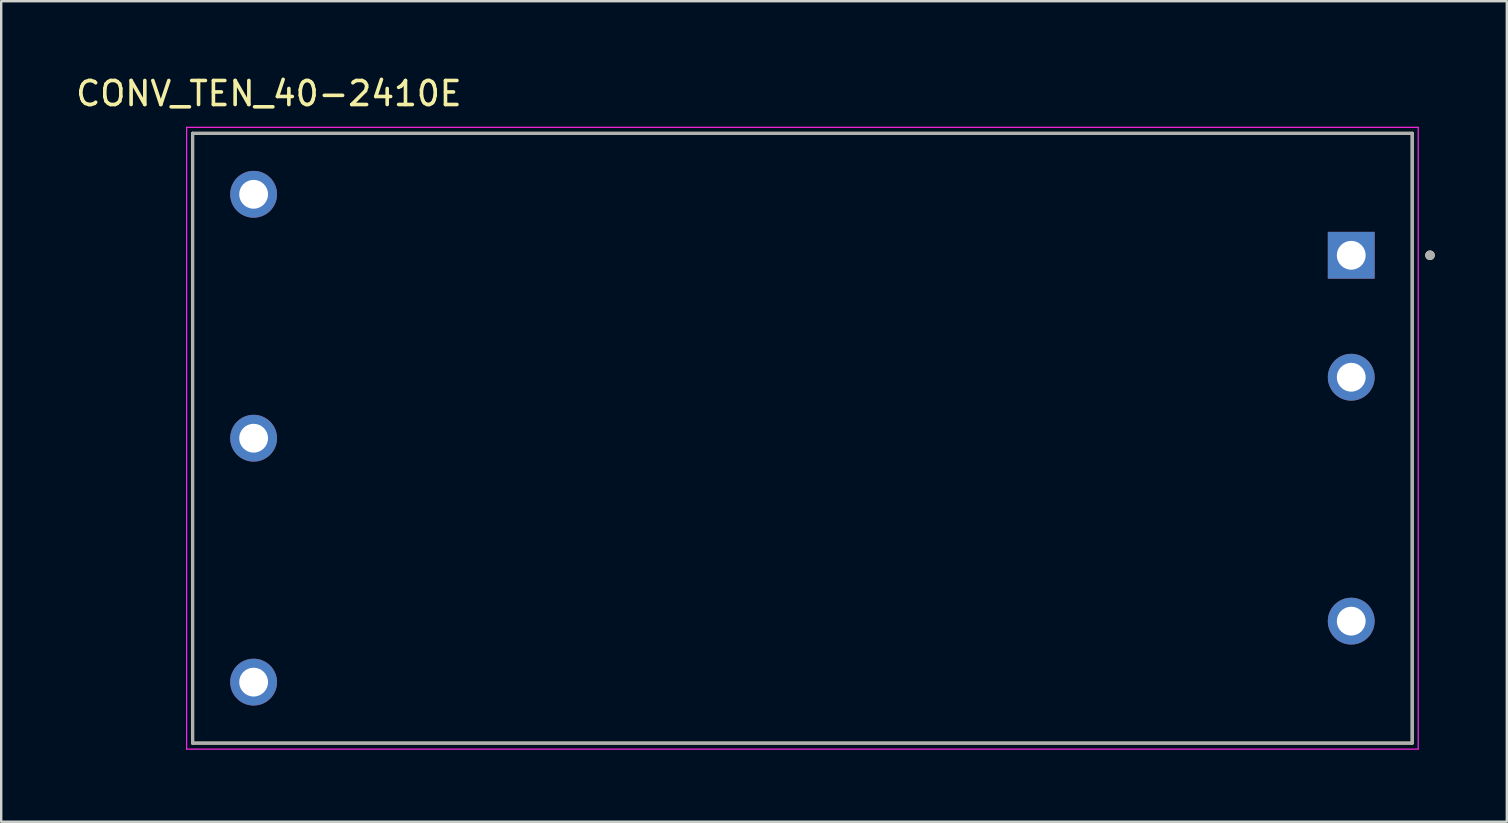
<source format=kicad_pcb>
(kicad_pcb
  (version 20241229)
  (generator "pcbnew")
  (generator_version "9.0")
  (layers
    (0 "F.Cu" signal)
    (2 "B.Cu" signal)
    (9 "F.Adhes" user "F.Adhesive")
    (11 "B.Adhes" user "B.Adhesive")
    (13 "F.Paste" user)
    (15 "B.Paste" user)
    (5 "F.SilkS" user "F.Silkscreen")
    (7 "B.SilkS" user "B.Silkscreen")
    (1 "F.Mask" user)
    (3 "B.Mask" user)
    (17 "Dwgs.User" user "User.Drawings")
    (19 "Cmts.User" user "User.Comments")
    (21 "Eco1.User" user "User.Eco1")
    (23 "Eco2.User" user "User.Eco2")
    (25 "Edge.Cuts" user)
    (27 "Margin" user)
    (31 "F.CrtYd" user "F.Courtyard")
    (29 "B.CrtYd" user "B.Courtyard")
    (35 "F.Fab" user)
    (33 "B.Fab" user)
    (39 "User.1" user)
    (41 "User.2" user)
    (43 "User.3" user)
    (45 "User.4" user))
  (footprint "CONV_TEN_40-2410E"
    (layer "F.Cu")
    (at 30.374 15.203)
    (property "Reference" "CONV_TEN_40-2410E" (at -22.225 -14.355 0) (layer "F.SilkS") (effects (font (size 1 1) (thickness 0.15))))
    (attr through_hole)
    (fp_line (start -25.4 -12.7) (end 25.4 -12.7) (stroke (width 0.127) (type solid)) (layer "F.SilkS"))
    (fp_line (start -25.4 12.7) (end -25.4 -12.7) (stroke (width 0.127) (type solid)) (layer "F.SilkS"))
    (fp_line (start 25.4 -12.7) (end 25.4 12.7) (stroke (width 0.127) (type solid)) (layer "F.SilkS"))
    (fp_line (start 25.4 12.7) (end -25.4 12.7) (stroke (width 0.127) (type solid)) (layer "F.SilkS"))
    (fp_circle (center 26.141 -7.62) (end 26.241 -7.62) (stroke (width 0.2) (type solid)) (fill no) (layer "F.SilkS"))
    (fp_line (start -25.65 -12.95) (end -25.65 12.95) (stroke (width 0.05) (type solid)) (layer "F.CrtYd"))
    (fp_line (start -25.65 12.95) (end 25.65 12.95) (stroke (width 0.05) (type solid)) (layer "F.CrtYd"))
    (fp_line (start 25.65 -12.95) (end -25.65 -12.95) (stroke (width 0.05) (type solid)) (layer "F.CrtYd"))
    (fp_line (start 25.65 12.95) (end 25.65 -12.95) (stroke (width 0.05) (type solid)) (layer "F.CrtYd"))
    (fp_line (start -25.4 -12.7) (end 25.4 -12.7) (stroke (width 0.127) (type solid)) (layer "F.Fab"))
    (fp_line (start -25.4 12.7) (end -25.4 -12.7) (stroke (width 0.127) (type solid)) (layer "F.Fab"))
    (fp_line (start 25.4 -12.7) (end 25.4 12.7) (stroke (width 0.127) (type solid)) (layer "F.Fab"))
    (fp_line (start 25.4 12.7) (end -25.4 12.7) (stroke (width 0.127) (type solid)) (layer "F.Fab"))
    (fp_circle (center 26.141 -7.62) (end 26.241 -7.62) (stroke (width 0.2) (type solid)) (fill no) (layer "F.Fab"))
    (pad "1" thru_hole rect (at 22.86 -7.62) (size 1.95 1.95) (drill 1.2) (layers "*.Cu" "*.Mask"))
    (pad "2" thru_hole circle (at 22.86 -2.54) (size 1.95 1.95) (drill 1.2) (layers "*.Cu" "*.Mask"))
    (pad "3" thru_hole circle (at 22.86 7.62) (size 1.95 1.95) (drill 1.2) (layers "*.Cu" "*.Mask"))
    (pad "4" thru_hole circle (at -22.86 -10.16) (size 1.95 1.95) (drill 1.2) (layers "*.Cu" "*.Mask"))
    (pad "5" thru_hole circle (at -22.86 0) (size 1.95 1.95) (drill 1.2) (layers "*.Cu" "*.Mask"))
    (pad "6" thru_hole circle (at -22.86 10.16) (size 1.95 1.95) (drill 1.2) (layers "*.Cu" "*.Mask")))
  (gr_rect
    (start -3 -3)
    (end 59.715 31.178)
    (stroke (width 0.1) (type default))
    (fill no)
    (layer "Edge.Cuts")))
</source>
